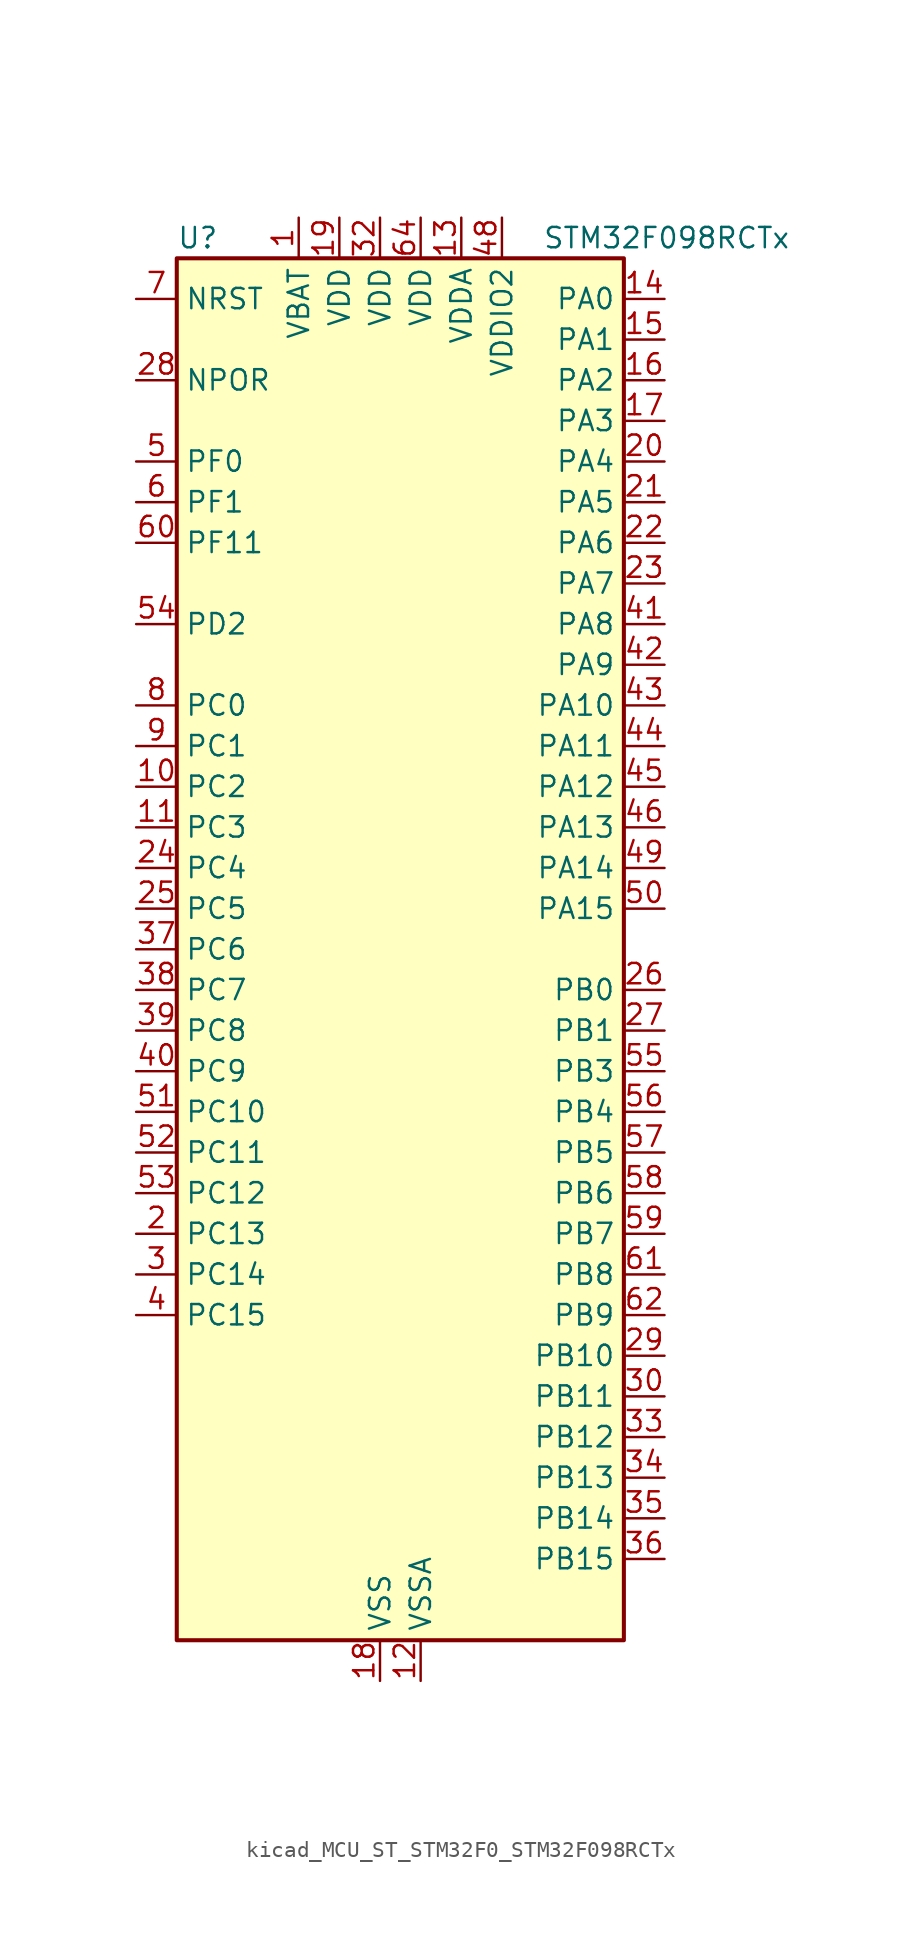
<source format=kicad_sym>
(kicad_symbol_lib
  (version 20220914)
  (generator kicad_symbol_editor)
  (symbol "kicad_MCU_ST_STM32F0_STM32F098RCTx"
    (property "Reference" "U"
      (at -12.7 44.45 0)
      (effects (font (size 1.27 1.27)) (justify left)))
    (property "Value" "STM32F098RCTx"
      (at 10.16 44.45 0)
      (effects (font (size 1.27 1.27)) (justify left)))
    (property "ki_locked" ""
      (at 0 0 0)
      (effects (font (size 1.27 1.27))))
    (symbol "kicad_MCU_ST_STM32F0_STM32F098RCTx_0_1"
      (rectangle (start -12.7 -43.18) (end 15.24 43.18) (stroke (width 0.254) (type default)) (fill (type background))))
    (symbol "kicad_MCU_ST_STM32F0_STM32F098RCTx_1_1"
      (pin power_in line (at -5.08 45.72 270) (length 2.54) (name "VBAT" (effects (font (size 1.27 1.27)))) (number "1" (effects (font (size 1.27 1.27)))))
      (pin bidirectional line (at -15.24 10.16 0) (length 2.54) (name "PC2" (effects (font (size 1.27 1.27)))) (number "10" (effects (font (size 1.27 1.27)))) (alternate "ADC_IN12" bidirectional line) (alternate "I2S2_MCK" bidirectional line) (alternate "SPI2_MISO" bidirectional line) (alternate "USART8_TX" bidirectional line))
      (pin bidirectional line (at -15.24 7.62 0) (length 2.54) (name "PC3" (effects (font (size 1.27 1.27)))) (number "11" (effects (font (size 1.27 1.27)))) (alternate "ADC_IN13" bidirectional line) (alternate "I2S2_SD" bidirectional line) (alternate "SPI2_MOSI" bidirectional line) (alternate "USART8_RX" bidirectional line))
      (pin power_in line (at 2.54 -45.72 90) (length 2.54) (name "VSSA" (effects (font (size 1.27 1.27)))) (number "12" (effects (font (size 1.27 1.27)))))
      (pin power_in line (at 5.08 45.72 270) (length 2.54) (name "VDDA" (effects (font (size 1.27 1.27)))) (number "13" (effects (font (size 1.27 1.27)))))
      (pin bidirectional line (at 17.78 40.64 180) (length 2.54) (name "PA0" (effects (font (size 1.27 1.27)))) (number "14" (effects (font (size 1.27 1.27)))) (alternate "ADC_IN0" bidirectional line) (alternate "COMP1_INM" bidirectional line) (alternate "COMP1_OUT" bidirectional line) (alternate "RTC_TAMP2" bidirectional line) (alternate "SYS_WKUP1" bidirectional line) (alternate "TIM2_CH1" bidirectional line) (alternate "TIM2_ETR" bidirectional line) (alternate "TSC_G1_IO1" bidirectional line) (alternate "USART2_CTS" bidirectional line) (alternate "USART4_TX" bidirectional line))
      (pin bidirectional line (at 17.78 38.1 180) (length 2.54) (name "PA1" (effects (font (size 1.27 1.27)))) (number "15" (effects (font (size 1.27 1.27)))) (alternate "ADC_IN1" bidirectional line) (alternate "COMP1_INP" bidirectional line) (alternate "TIM15_CH1N" bidirectional line) (alternate "TIM2_CH2" bidirectional line) (alternate "TSC_G1_IO2" bidirectional line) (alternate "USART2_DE" bidirectional line) (alternate "USART2_RTS" bidirectional line) (alternate "USART4_RX" bidirectional line))
      (pin bidirectional line (at 17.78 35.56 180) (length 2.54) (name "PA2" (effects (font (size 1.27 1.27)))) (number "16" (effects (font (size 1.27 1.27)))) (alternate "ADC_IN2" bidirectional line) (alternate "COMP2_INM" bidirectional line) (alternate "COMP2_OUT" bidirectional line) (alternate "SYS_WKUP4" bidirectional line) (alternate "TIM15_CH1" bidirectional line) (alternate "TIM2_CH3" bidirectional line) (alternate "TSC_G1_IO3" bidirectional line) (alternate "USART2_TX" bidirectional line))
      (pin bidirectional line (at 17.78 33.02 180) (length 2.54) (name "PA3" (effects (font (size 1.27 1.27)))) (number "17" (effects (font (size 1.27 1.27)))) (alternate "ADC_IN3" bidirectional line) (alternate "COMP2_INP" bidirectional line) (alternate "TIM15_CH2" bidirectional line) (alternate "TIM2_CH4" bidirectional line) (alternate "TSC_G1_IO4" bidirectional line) (alternate "USART2_RX" bidirectional line))
      (pin power_in line (at 0 -45.72 90) (length 2.54) (name "VSS" (effects (font (size 1.27 1.27)))) (number "18" (effects (font (size 1.27 1.27)))))
      (pin power_in line (at -2.54 45.72 270) (length 2.54) (name "VDD" (effects (font (size 1.27 1.27)))) (number "19" (effects (font (size 1.27 1.27)))))
      (pin bidirectional line (at -15.24 -17.78 0) (length 2.54) (name "PC13" (effects (font (size 1.27 1.27)))) (number "2" (effects (font (size 1.27 1.27)))) (alternate "RTC_OUT_ALARM" bidirectional line) (alternate "RTC_OUT_CALIB" bidirectional line) (alternate "RTC_TAMP1" bidirectional line) (alternate "RTC_TS" bidirectional line) (alternate "SYS_WKUP2" bidirectional line))
      (pin bidirectional line (at 17.78 30.48 180) (length 2.54) (name "PA4" (effects (font (size 1.27 1.27)))) (number "20" (effects (font (size 1.27 1.27)))) (alternate "ADC_IN4" bidirectional line) (alternate "COMP1_INM" bidirectional line) (alternate "COMP2_INM" bidirectional line) (alternate "DAC_OUT1" bidirectional line) (alternate "I2S1_WS" bidirectional line) (alternate "SPI1_NSS" bidirectional line) (alternate "TIM14_CH1" bidirectional line) (alternate "TSC_G2_IO1" bidirectional line) (alternate "USART2_CK" bidirectional line) (alternate "USART6_TX" bidirectional line))
      (pin bidirectional line (at 17.78 27.94 180) (length 2.54) (name "PA5" (effects (font (size 1.27 1.27)))) (number "21" (effects (font (size 1.27 1.27)))) (alternate "ADC_IN5" bidirectional line) (alternate "CEC" bidirectional line) (alternate "COMP1_INM" bidirectional line) (alternate "COMP2_INM" bidirectional line) (alternate "DAC_OUT2" bidirectional line) (alternate "I2S1_CK" bidirectional line) (alternate "SPI1_SCK" bidirectional line) (alternate "TIM2_CH1" bidirectional line) (alternate "TIM2_ETR" bidirectional line) (alternate "TSC_G2_IO2" bidirectional line) (alternate "USART6_RX" bidirectional line))
      (pin bidirectional line (at 17.78 25.4 180) (length 2.54) (name "PA6" (effects (font (size 1.27 1.27)))) (number "22" (effects (font (size 1.27 1.27)))) (alternate "ADC_IN6" bidirectional line) (alternate "COMP1_OUT" bidirectional line) (alternate "I2S1_MCK" bidirectional line) (alternate "SPI1_MISO" bidirectional line) (alternate "TIM16_CH1" bidirectional line) (alternate "TIM1_BKIN" bidirectional line) (alternate "TIM3_CH1" bidirectional line) (alternate "TSC_G2_IO3" bidirectional line) (alternate "USART3_CTS" bidirectional line))
      (pin bidirectional line (at 17.78 22.86 180) (length 2.54) (name "PA7" (effects (font (size 1.27 1.27)))) (number "23" (effects (font (size 1.27 1.27)))) (alternate "ADC_IN7" bidirectional line) (alternate "COMP2_OUT" bidirectional line) (alternate "I2S1_SD" bidirectional line) (alternate "SPI1_MOSI" bidirectional line) (alternate "TIM14_CH1" bidirectional line) (alternate "TIM17_CH1" bidirectional line) (alternate "TIM1_CH1N" bidirectional line) (alternate "TIM3_CH2" bidirectional line) (alternate "TSC_G2_IO4" bidirectional line))
      (pin bidirectional line (at -15.24 5.08 0) (length 2.54) (name "PC4" (effects (font (size 1.27 1.27)))) (number "24" (effects (font (size 1.27 1.27)))) (alternate "ADC_IN14" bidirectional line) (alternate "USART3_TX" bidirectional line))
      (pin bidirectional line (at -15.24 2.54 0) (length 2.54) (name "PC5" (effects (font (size 1.27 1.27)))) (number "25" (effects (font (size 1.27 1.27)))) (alternate "ADC_IN15" bidirectional line) (alternate "SYS_WKUP5" bidirectional line) (alternate "TSC_G3_IO1" bidirectional line) (alternate "USART3_RX" bidirectional line))
      (pin bidirectional line (at 17.78 -2.54 180) (length 2.54) (name "PB0" (effects (font (size 1.27 1.27)))) (number "26" (effects (font (size 1.27 1.27)))) (alternate "ADC_IN8" bidirectional line) (alternate "TIM1_CH2N" bidirectional line) (alternate "TIM3_CH3" bidirectional line) (alternate "TSC_G3_IO2" bidirectional line) (alternate "USART3_CK" bidirectional line))
      (pin bidirectional line (at 17.78 -5.08 180) (length 2.54) (name "PB1" (effects (font (size 1.27 1.27)))) (number "27" (effects (font (size 1.27 1.27)))) (alternate "ADC_IN9" bidirectional line) (alternate "TIM14_CH1" bidirectional line) (alternate "TIM1_CH3N" bidirectional line) (alternate "TIM3_CH4" bidirectional line) (alternate "TSC_G3_IO3" bidirectional line) (alternate "USART3_DE" bidirectional line) (alternate "USART3_RTS" bidirectional line))
      (pin input line (at -15.24 35.56 0) (length 2.54) (name "NPOR" (effects (font (size 1.27 1.27)))) (number "28" (effects (font (size 1.27 1.27)))))
      (pin bidirectional line (at 17.78 -25.4 180) (length 2.54) (name "PB10" (effects (font (size 1.27 1.27)))) (number "29" (effects (font (size 1.27 1.27)))) (alternate "CEC" bidirectional line) (alternate "I2C2_SCL" bidirectional line) (alternate "I2S2_CK" bidirectional line) (alternate "SPI2_SCK" bidirectional line) (alternate "TIM2_CH3" bidirectional line) (alternate "TSC_SYNC" bidirectional line) (alternate "USART3_TX" bidirectional line))
      (pin bidirectional line (at -15.24 -20.32 0) (length 2.54) (name "PC14" (effects (font (size 1.27 1.27)))) (number "3" (effects (font (size 1.27 1.27)))) (alternate "RCC_OSC32_IN" bidirectional line))
      (pin bidirectional line (at 17.78 -27.94 180) (length 2.54) (name "PB11" (effects (font (size 1.27 1.27)))) (number "30" (effects (font (size 1.27 1.27)))) (alternate "I2C2_SDA" bidirectional line) (alternate "TIM2_CH4" bidirectional line) (alternate "TSC_G6_IO1" bidirectional line) (alternate "USART3_RX" bidirectional line))
      (pin passive line (at 0 -45.72 90) (length 2.54) hide (name "VSS" (effects (font (size 1.27 1.27)))) (number "31" (effects (font (size 1.27 1.27)))))
      (pin power_in line (at 0 45.72 270) (length 2.54) (name "VDD" (effects (font (size 1.27 1.27)))) (number "32" (effects (font (size 1.27 1.27)))))
      (pin bidirectional line (at 17.78 -30.48 180) (length 2.54) (name "PB12" (effects (font (size 1.27 1.27)))) (number "33" (effects (font (size 1.27 1.27)))) (alternate "I2S2_WS" bidirectional line) (alternate "SPI2_NSS" bidirectional line) (alternate "TIM15_BKIN" bidirectional line) (alternate "TIM1_BKIN" bidirectional line) (alternate "TSC_G6_IO2" bidirectional line) (alternate "USART3_CK" bidirectional line))
      (pin bidirectional line (at 17.78 -33.02 180) (length 2.54) (name "PB13" (effects (font (size 1.27 1.27)))) (number "34" (effects (font (size 1.27 1.27)))) (alternate "I2C2_SCL" bidirectional line) (alternate "I2S2_CK" bidirectional line) (alternate "SPI2_SCK" bidirectional line) (alternate "TIM1_CH1N" bidirectional line) (alternate "TSC_G6_IO3" bidirectional line) (alternate "USART3_CTS" bidirectional line))
      (pin bidirectional line (at 17.78 -35.56 180) (length 2.54) (name "PB14" (effects (font (size 1.27 1.27)))) (number "35" (effects (font (size 1.27 1.27)))) (alternate "I2C2_SDA" bidirectional line) (alternate "I2S2_MCK" bidirectional line) (alternate "SPI2_MISO" bidirectional line) (alternate "TIM15_CH1" bidirectional line) (alternate "TIM1_CH2N" bidirectional line) (alternate "TSC_G6_IO4" bidirectional line) (alternate "USART3_DE" bidirectional line) (alternate "USART3_RTS" bidirectional line))
      (pin bidirectional line (at 17.78 -38.1 180) (length 2.54) (name "PB15" (effects (font (size 1.27 1.27)))) (number "36" (effects (font (size 1.27 1.27)))) (alternate "I2S2_SD" bidirectional line) (alternate "RTC_REFIN" bidirectional line) (alternate "SPI2_MOSI" bidirectional line) (alternate "SYS_WKUP7" bidirectional line) (alternate "TIM15_CH1N" bidirectional line) (alternate "TIM15_CH2" bidirectional line) (alternate "TIM1_CH3N" bidirectional line))
      (pin bidirectional line (at -15.24 0 0) (length 2.54) (name "PC6" (effects (font (size 1.27 1.27)))) (number "37" (effects (font (size 1.27 1.27)))) (alternate "TIM3_CH1" bidirectional line) (alternate "USART7_TX" bidirectional line))
      (pin bidirectional line (at -15.24 -2.54 0) (length 2.54) (name "PC7" (effects (font (size 1.27 1.27)))) (number "38" (effects (font (size 1.27 1.27)))) (alternate "TIM3_CH2" bidirectional line) (alternate "USART7_RX" bidirectional line))
      (pin bidirectional line (at -15.24 -5.08 0) (length 2.54) (name "PC8" (effects (font (size 1.27 1.27)))) (number "39" (effects (font (size 1.27 1.27)))) (alternate "TIM3_CH3" bidirectional line) (alternate "USART8_TX" bidirectional line))
      (pin bidirectional line (at -15.24 -22.86 0) (length 2.54) (name "PC15" (effects (font (size 1.27 1.27)))) (number "4" (effects (font (size 1.27 1.27)))) (alternate "RCC_OSC32_OUT" bidirectional line))
      (pin bidirectional line (at -15.24 -7.62 0) (length 2.54) (name "PC9" (effects (font (size 1.27 1.27)))) (number "40" (effects (font (size 1.27 1.27)))) (alternate "DAC_EXTI9" bidirectional line) (alternate "TIM3_CH4" bidirectional line) (alternate "USART8_RX" bidirectional line))
      (pin bidirectional line (at 17.78 20.32 180) (length 2.54) (name "PA8" (effects (font (size 1.27 1.27)))) (number "41" (effects (font (size 1.27 1.27)))) (alternate "CRS_SYNC" bidirectional line) (alternate "RCC_MCO" bidirectional line) (alternate "TIM1_CH1" bidirectional line) (alternate "USART1_CK" bidirectional line))
      (pin bidirectional line (at 17.78 17.78 180) (length 2.54) (name "PA9" (effects (font (size 1.27 1.27)))) (number "42" (effects (font (size 1.27 1.27)))) (alternate "DAC_EXTI9" bidirectional line) (alternate "I2C1_SCL" bidirectional line) (alternate "RCC_MCO" bidirectional line) (alternate "TIM15_BKIN" bidirectional line) (alternate "TIM1_CH2" bidirectional line) (alternate "TSC_G4_IO1" bidirectional line) (alternate "USART1_TX" bidirectional line))
      (pin bidirectional line (at 17.78 15.24 180) (length 2.54) (name "PA10" (effects (font (size 1.27 1.27)))) (number "43" (effects (font (size 1.27 1.27)))) (alternate "I2C1_SDA" bidirectional line) (alternate "TIM17_BKIN" bidirectional line) (alternate "TIM1_CH3" bidirectional line) (alternate "TSC_G4_IO2" bidirectional line) (alternate "USART1_RX" bidirectional line))
      (pin bidirectional line (at 17.78 12.7 180) (length 2.54) (name "PA11" (effects (font (size 1.27 1.27)))) (number "44" (effects (font (size 1.27 1.27)))) (alternate "CAN_RX" bidirectional line) (alternate "COMP1_OUT" bidirectional line) (alternate "I2C2_SCL" bidirectional line) (alternate "TIM1_CH4" bidirectional line) (alternate "TSC_G4_IO3" bidirectional line) (alternate "USART1_CTS" bidirectional line))
      (pin bidirectional line (at 17.78 10.16 180) (length 2.54) (name "PA12" (effects (font (size 1.27 1.27)))) (number "45" (effects (font (size 1.27 1.27)))) (alternate "CAN_TX" bidirectional line) (alternate "COMP2_OUT" bidirectional line) (alternate "I2C2_SDA" bidirectional line) (alternate "TIM1_ETR" bidirectional line) (alternate "TSC_G4_IO4" bidirectional line) (alternate "USART1_DE" bidirectional line) (alternate "USART1_RTS" bidirectional line))
      (pin bidirectional line (at 17.78 7.62 180) (length 2.54) (name "PA13" (effects (font (size 1.27 1.27)))) (number "46" (effects (font (size 1.27 1.27)))) (alternate "IR_OUT" bidirectional line) (alternate "SYS_SWDIO" bidirectional line))
      (pin passive line (at 0 -45.72 90) (length 2.54) hide (name "VSS" (effects (font (size 1.27 1.27)))) (number "47" (effects (font (size 1.27 1.27)))))
      (pin power_in line (at 7.62 45.72 270) (length 2.54) (name "VDDIO2" (effects (font (size 1.27 1.27)))) (number "48" (effects (font (size 1.27 1.27)))))
      (pin bidirectional line (at 17.78 5.08 180) (length 2.54) (name "PA14" (effects (font (size 1.27 1.27)))) (number "49" (effects (font (size 1.27 1.27)))) (alternate "SYS_SWCLK" bidirectional line) (alternate "USART2_TX" bidirectional line))
      (pin bidirectional line (at -15.24 30.48 0) (length 2.54) (name "PF0" (effects (font (size 1.27 1.27)))) (number "5" (effects (font (size 1.27 1.27)))) (alternate "CRS_SYNC" bidirectional line) (alternate "I2C1_SDA" bidirectional line) (alternate "RCC_OSC_IN" bidirectional line))
      (pin bidirectional line (at 17.78 2.54 180) (length 2.54) (name "PA15" (effects (font (size 1.27 1.27)))) (number "50" (effects (font (size 1.27 1.27)))) (alternate "I2S1_WS" bidirectional line) (alternate "SPI1_NSS" bidirectional line) (alternate "TIM2_CH1" bidirectional line) (alternate "TIM2_ETR" bidirectional line) (alternate "USART2_RX" bidirectional line) (alternate "USART4_DE" bidirectional line) (alternate "USART4_RTS" bidirectional line))
      (pin bidirectional line (at -15.24 -10.16 0) (length 2.54) (name "PC10" (effects (font (size 1.27 1.27)))) (number "51" (effects (font (size 1.27 1.27)))) (alternate "USART3_TX" bidirectional line) (alternate "USART4_TX" bidirectional line))
      (pin bidirectional line (at -15.24 -12.7 0) (length 2.54) (name "PC11" (effects (font (size 1.27 1.27)))) (number "52" (effects (font (size 1.27 1.27)))) (alternate "USART3_RX" bidirectional line) (alternate "USART4_RX" bidirectional line))
      (pin bidirectional line (at -15.24 -15.24 0) (length 2.54) (name "PC12" (effects (font (size 1.27 1.27)))) (number "53" (effects (font (size 1.27 1.27)))) (alternate "USART3_CK" bidirectional line) (alternate "USART4_CK" bidirectional line) (alternate "USART5_TX" bidirectional line))
      (pin bidirectional line (at -15.24 20.32 0) (length 2.54) (name "PD2" (effects (font (size 1.27 1.27)))) (number "54" (effects (font (size 1.27 1.27)))) (alternate "TIM3_ETR" bidirectional line) (alternate "USART3_DE" bidirectional line) (alternate "USART3_RTS" bidirectional line) (alternate "USART5_RX" bidirectional line))
      (pin bidirectional line (at 17.78 -7.62 180) (length 2.54) (name "PB3" (effects (font (size 1.27 1.27)))) (number "55" (effects (font (size 1.27 1.27)))) (alternate "I2S1_CK" bidirectional line) (alternate "SPI1_SCK" bidirectional line) (alternate "TIM2_CH2" bidirectional line) (alternate "TSC_G5_IO1" bidirectional line) (alternate "USART5_TX" bidirectional line))
      (pin bidirectional line (at 17.78 -10.16 180) (length 2.54) (name "PB4" (effects (font (size 1.27 1.27)))) (number "56" (effects (font (size 1.27 1.27)))) (alternate "I2S1_MCK" bidirectional line) (alternate "SPI1_MISO" bidirectional line) (alternate "TIM17_BKIN" bidirectional line) (alternate "TIM3_CH1" bidirectional line) (alternate "TSC_G5_IO2" bidirectional line) (alternate "USART5_RX" bidirectional line))
      (pin bidirectional line (at 17.78 -12.7 180) (length 2.54) (name "PB5" (effects (font (size 1.27 1.27)))) (number "57" (effects (font (size 1.27 1.27)))) (alternate "I2C1_SMBA" bidirectional line) (alternate "I2S1_SD" bidirectional line) (alternate "SPI1_MOSI" bidirectional line) (alternate "SYS_WKUP6" bidirectional line) (alternate "TIM16_BKIN" bidirectional line) (alternate "TIM3_CH2" bidirectional line) (alternate "USART5_CK" bidirectional line) (alternate "USART5_DE" bidirectional line) (alternate "USART5_RTS" bidirectional line))
      (pin bidirectional line (at 17.78 -15.24 180) (length 2.54) (name "PB6" (effects (font (size 1.27 1.27)))) (number "58" (effects (font (size 1.27 1.27)))) (alternate "I2C1_SCL" bidirectional line) (alternate "TIM16_CH1N" bidirectional line) (alternate "TSC_G5_IO3" bidirectional line) (alternate "USART1_TX" bidirectional line))
      (pin bidirectional line (at 17.78 -17.78 180) (length 2.54) (name "PB7" (effects (font (size 1.27 1.27)))) (number "59" (effects (font (size 1.27 1.27)))) (alternate "I2C1_SDA" bidirectional line) (alternate "TIM17_CH1N" bidirectional line) (alternate "TSC_G5_IO4" bidirectional line) (alternate "USART1_RX" bidirectional line) (alternate "USART4_CTS" bidirectional line))
      (pin bidirectional line (at -15.24 27.94 0) (length 2.54) (name "PF1" (effects (font (size 1.27 1.27)))) (number "6" (effects (font (size 1.27 1.27)))) (alternate "I2C1_SCL" bidirectional line) (alternate "RCC_OSC_OUT" bidirectional line))
      (pin bidirectional line (at -15.24 25.4 0) (length 2.54) (name "PF11" (effects (font (size 1.27 1.27)))) (number "60" (effects (font (size 1.27 1.27)))))
      (pin bidirectional line (at 17.78 -20.32 180) (length 2.54) (name "PB8" (effects (font (size 1.27 1.27)))) (number "61" (effects (font (size 1.27 1.27)))) (alternate "CAN_RX" bidirectional line) (alternate "CEC" bidirectional line) (alternate "I2C1_SCL" bidirectional line) (alternate "TIM16_CH1" bidirectional line) (alternate "TSC_SYNC" bidirectional line))
      (pin bidirectional line (at 17.78 -22.86 180) (length 2.54) (name "PB9" (effects (font (size 1.27 1.27)))) (number "62" (effects (font (size 1.27 1.27)))) (alternate "CAN_TX" bidirectional line) (alternate "DAC_EXTI9" bidirectional line) (alternate "I2C1_SDA" bidirectional line) (alternate "I2S2_WS" bidirectional line) (alternate "IR_OUT" bidirectional line) (alternate "SPI2_NSS" bidirectional line) (alternate "TIM17_CH1" bidirectional line))
      (pin passive line (at 0 -45.72 90) (length 2.54) hide (name "VSS" (effects (font (size 1.27 1.27)))) (number "63" (effects (font (size 1.27 1.27)))))
      (pin power_in line (at 2.54 45.72 270) (length 2.54) (name "VDD" (effects (font (size 1.27 1.27)))) (number "64" (effects (font (size 1.27 1.27)))))
      (pin input line (at -15.24 40.64 0) (length 2.54) (name "NRST" (effects (font (size 1.27 1.27)))) (number "7" (effects (font (size 1.27 1.27)))))
      (pin bidirectional line (at -15.24 15.24 0) (length 2.54) (name "PC0" (effects (font (size 1.27 1.27)))) (number "8" (effects (font (size 1.27 1.27)))) (alternate "ADC_IN10" bidirectional line) (alternate "USART6_TX" bidirectional line) (alternate "USART7_TX" bidirectional line))
      (pin bidirectional line (at -15.24 12.7 0) (length 2.54) (name "PC1" (effects (font (size 1.27 1.27)))) (number "9" (effects (font (size 1.27 1.27)))) (alternate "ADC_IN11" bidirectional line) (alternate "USART6_RX" bidirectional line) (alternate "USART7_RX" bidirectional line)))))
</source>
